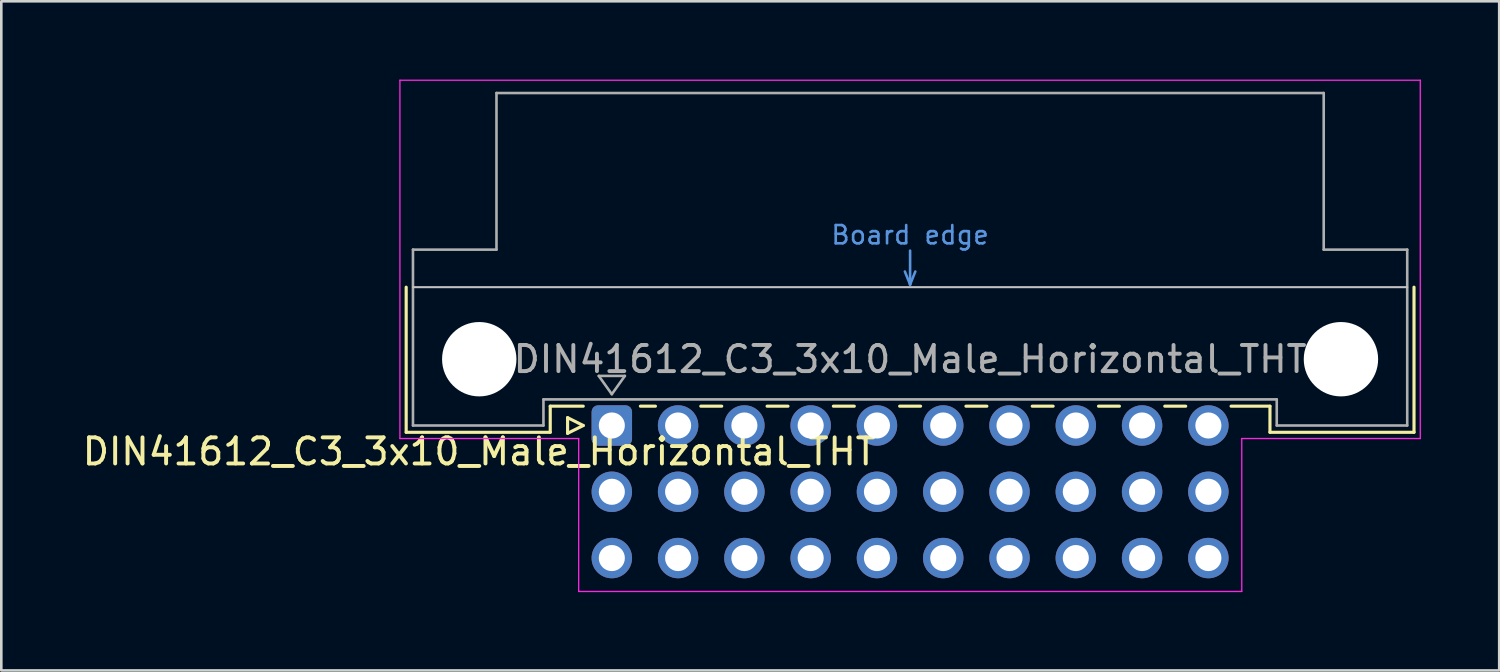
<source format=kicad_pcb>
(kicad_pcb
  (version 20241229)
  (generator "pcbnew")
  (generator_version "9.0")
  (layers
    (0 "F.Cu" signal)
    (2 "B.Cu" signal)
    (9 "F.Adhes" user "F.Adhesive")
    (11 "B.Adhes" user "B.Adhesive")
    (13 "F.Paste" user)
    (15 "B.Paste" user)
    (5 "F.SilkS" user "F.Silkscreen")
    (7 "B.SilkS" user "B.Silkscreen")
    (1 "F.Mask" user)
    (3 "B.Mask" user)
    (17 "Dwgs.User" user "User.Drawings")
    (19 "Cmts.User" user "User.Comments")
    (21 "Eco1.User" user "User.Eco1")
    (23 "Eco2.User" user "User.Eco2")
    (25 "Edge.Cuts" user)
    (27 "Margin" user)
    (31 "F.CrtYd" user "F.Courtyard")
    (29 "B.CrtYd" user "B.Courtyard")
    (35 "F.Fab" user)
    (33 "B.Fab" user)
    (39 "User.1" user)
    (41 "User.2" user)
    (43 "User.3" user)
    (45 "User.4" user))
  (footprint "DIN41612_C3_3x10_Male_Horizontal_THT"
    (layer "F.Cu")
    (at 20.395 13.255)
    (property "Reference" "DIN41612_C3_3x10_Male_Horizontal_THT" (at -5.08 1 0) (layer "F.SilkS") (effects (font (size 1 1) (thickness 0.15))))
    (attr through_hole)
    (fp_line (start -7.88 -5.3) (end -7.88 0.26) (stroke (width 0.12) (type solid)) (layer "F.SilkS"))
    (fp_line (start -7.88 0.26) (end -2.36 0.26) (stroke (width 0.12) (type solid)) (layer "F.SilkS"))
    (fp_line (start -2.361 -0.74) (end -1.095 -0.74) (stroke (width 0.12) (type solid)) (layer "F.SilkS"))
    (fp_line (start -2.36 0.26) (end -2.36 -0.74) (stroke (width 0.12) (type solid)) (layer "F.SilkS"))
    (fp_line (start -1.695 -0.3) (end -1.695 0.3) (stroke (width 0.12) (type solid)) (layer "F.SilkS"))
    (fp_line (start -1.695 0.3) (end -1.095 0) (stroke (width 0.12) (type solid)) (layer "F.SilkS"))
    (fp_line (start -1.095 0) (end -1.695 -0.3) (stroke (width 0.12) (type solid)) (layer "F.SilkS"))
    (fp_line (start 1.095 -0.74) (end 1.671 -0.74) (stroke (width 0.12) (type solid)) (layer "F.SilkS"))
    (fp_line (start 3.41 -0.74) (end 4.211 -0.74) (stroke (width 0.12) (type solid)) (layer "F.SilkS"))
    (fp_line (start 5.95 -0.74) (end 6.751 -0.74) (stroke (width 0.12) (type solid)) (layer "F.SilkS"))
    (fp_line (start 8.49 -0.74) (end 9.291 -0.74) (stroke (width 0.12) (type solid)) (layer "F.SilkS"))
    (fp_line (start 11.03 -0.74) (end 11.831 -0.74) (stroke (width 0.12) (type solid)) (layer "F.SilkS"))
    (fp_line (start 13.57 -0.74) (end 14.371 -0.74) (stroke (width 0.12) (type solid)) (layer "F.SilkS"))
    (fp_line (start 16.11 -0.74) (end 16.911 -0.74) (stroke (width 0.12) (type solid)) (layer "F.SilkS"))
    (fp_line (start 18.65 -0.74) (end 19.451 -0.74) (stroke (width 0.12) (type solid)) (layer "F.SilkS"))
    (fp_line (start 21.19 -0.74) (end 21.991 -0.74) (stroke (width 0.12) (type solid)) (layer "F.SilkS"))
    (fp_line (start 23.73 -0.74) (end 25.22 -0.74) (stroke (width 0.12) (type solid)) (layer "F.SilkS"))
    (fp_line (start 25.22 0.26) (end 25.22 -0.74) (stroke (width 0.12) (type solid)) (layer "F.SilkS"))
    (fp_line (start 30.74 -5.3) (end 30.74 0.26) (stroke (width 0.12) (type solid)) (layer "F.SilkS"))
    (fp_line (start 30.74 0.26) (end 25.22 0.26) (stroke (width 0.12) (type solid)) (layer "F.SilkS"))
    (fp_line (start -7.62 -5.3) (end 30.48 -5.3) (stroke (width 0.08) (type solid)) (layer "Dwgs.User"))
    (fp_line (start 11.23 -5.9) (end 11.43 -5.4) (stroke (width 0.1) (type solid)) (layer "Cmts.User"))
    (fp_line (start 11.43 -5.4) (end 11.43 -6.7) (stroke (width 0.1) (type solid)) (layer "Cmts.User"))
    (fp_line (start 11.43 -5.4) (end 11.63 -5.9) (stroke (width 0.1) (type solid)) (layer "Cmts.User"))
    (fp_line (start -8.12 -13.23) (end -8.12 0.5) (stroke (width 0.05) (type solid)) (layer "F.CrtYd"))
    (fp_line (start -8.12 0.5) (end -1.27 0.5) (stroke (width 0.05) (type solid)) (layer "F.CrtYd"))
    (fp_line (start -1.27 0.5) (end -1.27 6.36) (stroke (width 0.05) (type solid)) (layer "F.CrtYd"))
    (fp_line (start -1.27 6.36) (end 24.14 6.36) (stroke (width 0.05) (type solid)) (layer "F.CrtYd"))
    (fp_line (start 24.14 0.5) (end 30.98 0.5) (stroke (width 0.05) (type solid)) (layer "F.CrtYd"))
    (fp_line (start 24.14 6.36) (end 24.14 0.5) (stroke (width 0.05) (type solid)) (layer "F.CrtYd"))
    (fp_line (start 30.98 -13.23) (end -8.12 -13.23) (stroke (width 0.05) (type solid)) (layer "F.CrtYd"))
    (fp_line (start 30.98 0.5) (end 30.98 -13.23) (stroke (width 0.05) (type solid)) (layer "F.CrtYd"))
    (fp_line (start -7.62 -6.74) (end -7.62 0) (stroke (width 0.1) (type solid)) (layer "F.Fab"))
    (fp_line (start -7.62 0) (end -2.62 0) (stroke (width 0.1) (type solid)) (layer "F.Fab"))
    (fp_line (start -4.42 -12.74) (end -4.42 -6.74) (stroke (width 0.1) (type solid)) (layer "F.Fab"))
    (fp_line (start -4.42 -6.74) (end -7.62 -6.74) (stroke (width 0.1) (type solid)) (layer "F.Fab"))
    (fp_line (start -2.62 -1) (end 25.48 -1) (stroke (width 0.1) (type solid)) (layer "F.Fab"))
    (fp_line (start -2.62 0) (end -2.62 -1) (stroke (width 0.1) (type solid)) (layer "F.Fab"))
    (fp_line (start -0.5 -1.9) (end 0.5 -1.9) (stroke (width 0.1) (type solid)) (layer "F.Fab"))
    (fp_line (start 0 -1.2) (end -0.5 -1.9) (stroke (width 0.1) (type solid)) (layer "F.Fab"))
    (fp_line (start 0.5 -1.9) (end 0 -1.2) (stroke (width 0.1) (type solid)) (layer "F.Fab"))
    (fp_line (start 25.48 -1) (end 25.48 0) (stroke (width 0.1) (type solid)) (layer "F.Fab"))
    (fp_line (start 25.48 0) (end 30.48 0) (stroke (width 0.1) (type solid)) (layer "F.Fab"))
    (fp_line (start 27.28 -12.74) (end -4.42 -12.74) (stroke (width 0.1) (type solid)) (layer "F.Fab"))
    (fp_line (start 27.28 -6.74) (end 27.28 -12.74) (stroke (width 0.1) (type solid)) (layer "F.Fab"))
    (fp_line (start 30.48 -6.74) (end 27.28 -6.74) (stroke (width 0.1) (type solid)) (layer "F.Fab"))
    (fp_line (start 30.48 0) (end 30.48 -6.74) (stroke (width 0.1) (type solid)) (layer "F.Fab"))
    (fp_text user "Board edge" (at 11.43 -7.3 0) (layer "Cmts.User") (effects (font (size 0.7 0.7) (thickness 0.1))))
    (fp_text user "${REFERENCE}" (at 11.43 -2.54 0) (layer "F.Fab") (effects (font (size 1 1) (thickness 0.15))))
    (pad "" np_thru_hole circle (at -5.08 -2.54) (size 2.85 2.85) (drill 2.85) (layers "*.Cu" "*.Mask"))
    (pad "" np_thru_hole circle (at 27.94 -2.54) (size 2.85 2.85) (drill 2.85) (layers "*.Cu" "*.Mask"))
    (pad "a1" thru_hole roundrect (at 0 0) (size 1.55 1.55) (drill 1) (layers "*.Cu" "*.Mask") (roundrect_rratio 0.161))
    (pad "a2" thru_hole circle (at 2.54 0) (size 1.55 1.55) (drill 1) (layers "*.Cu" "*.Mask"))
    (pad "a3" thru_hole circle (at 5.08 0) (size 1.55 1.55) (drill 1) (layers "*.Cu" "*.Mask"))
    (pad "a4" thru_hole circle (at 7.62 0) (size 1.55 1.55) (drill 1) (layers "*.Cu" "*.Mask"))
    (pad "a5" thru_hole circle (at 10.16 0) (size 1.55 1.55) (drill 1) (layers "*.Cu" "*.Mask"))
    (pad "a6" thru_hole circle (at 12.7 0) (size 1.55 1.55) (drill 1) (layers "*.Cu" "*.Mask"))
    (pad "a7" thru_hole circle (at 15.24 0) (size 1.55 1.55) (drill 1) (layers "*.Cu" "*.Mask"))
    (pad "a8" thru_hole circle (at 17.78 0) (size 1.55 1.55) (drill 1) (layers "*.Cu" "*.Mask"))
    (pad "a9" thru_hole circle (at 20.32 0) (size 1.55 1.55) (drill 1) (layers "*.Cu" "*.Mask"))
    (pad "a10" thru_hole circle (at 22.86 0) (size 1.55 1.55) (drill 1) (layers "*.Cu" "*.Mask"))
    (pad "b1" thru_hole circle (at 0 2.54) (size 1.55 1.55) (drill 1) (layers "*.Cu" "*.Mask"))
    (pad "b2" thru_hole circle (at 2.54 2.54) (size 1.55 1.55) (drill 1) (layers "*.Cu" "*.Mask"))
    (pad "b3" thru_hole circle (at 5.08 2.54) (size 1.55 1.55) (drill 1) (layers "*.Cu" "*.Mask"))
    (pad "b4" thru_hole circle (at 7.62 2.54) (size 1.55 1.55) (drill 1) (layers "*.Cu" "*.Mask"))
    (pad "b5" thru_hole circle (at 10.16 2.54) (size 1.55 1.55) (drill 1) (layers "*.Cu" "*.Mask"))
    (pad "b6" thru_hole circle (at 12.7 2.54) (size 1.55 1.55) (drill 1) (layers "*.Cu" "*.Mask"))
    (pad "b7" thru_hole circle (at 15.24 2.54) (size 1.55 1.55) (drill 1) (layers "*.Cu" "*.Mask"))
    (pad "b8" thru_hole circle (at 17.78 2.54) (size 1.55 1.55) (drill 1) (layers "*.Cu" "*.Mask"))
    (pad "b9" thru_hole circle (at 20.32 2.54) (size 1.55 1.55) (drill 1) (layers "*.Cu" "*.Mask"))
    (pad "b10" thru_hole circle (at 22.86 2.54) (size 1.55 1.55) (drill 1) (layers "*.Cu" "*.Mask"))
    (pad "c1" thru_hole circle (at 0 5.08) (size 1.55 1.55) (drill 1) (layers "*.Cu" "*.Mask"))
    (pad "c2" thru_hole circle (at 2.54 5.08) (size 1.55 1.55) (drill 1) (layers "*.Cu" "*.Mask"))
    (pad "c3" thru_hole circle (at 5.08 5.08) (size 1.55 1.55) (drill 1) (layers "*.Cu" "*.Mask"))
    (pad "c4" thru_hole circle (at 7.62 5.08) (size 1.55 1.55) (drill 1) (layers "*.Cu" "*.Mask"))
    (pad "c5" thru_hole circle (at 10.16 5.08) (size 1.55 1.55) (drill 1) (layers "*.Cu" "*.Mask"))
    (pad "c6" thru_hole circle (at 12.7 5.08) (size 1.55 1.55) (drill 1) (layers "*.Cu" "*.Mask"))
    (pad "c7" thru_hole circle (at 15.24 5.08) (size 1.55 1.55) (drill 1) (layers "*.Cu" "*.Mask"))
    (pad "c8" thru_hole circle (at 17.78 5.08) (size 1.55 1.55) (drill 1) (layers "*.Cu" "*.Mask"))
    (pad "c9" thru_hole circle (at 20.32 5.08) (size 1.55 1.55) (drill 1) (layers "*.Cu" "*.Mask"))
    (pad "c10" thru_hole circle (at 22.86 5.08) (size 1.55 1.55) (drill 1) (layers "*.Cu" "*.Mask")))
  (gr_rect
    (start -3 -3)
    (end 54.4 22.64)
    (stroke (width 0.1) (type default))
    (fill no)
    (layer "Edge.Cuts")))
</source>
